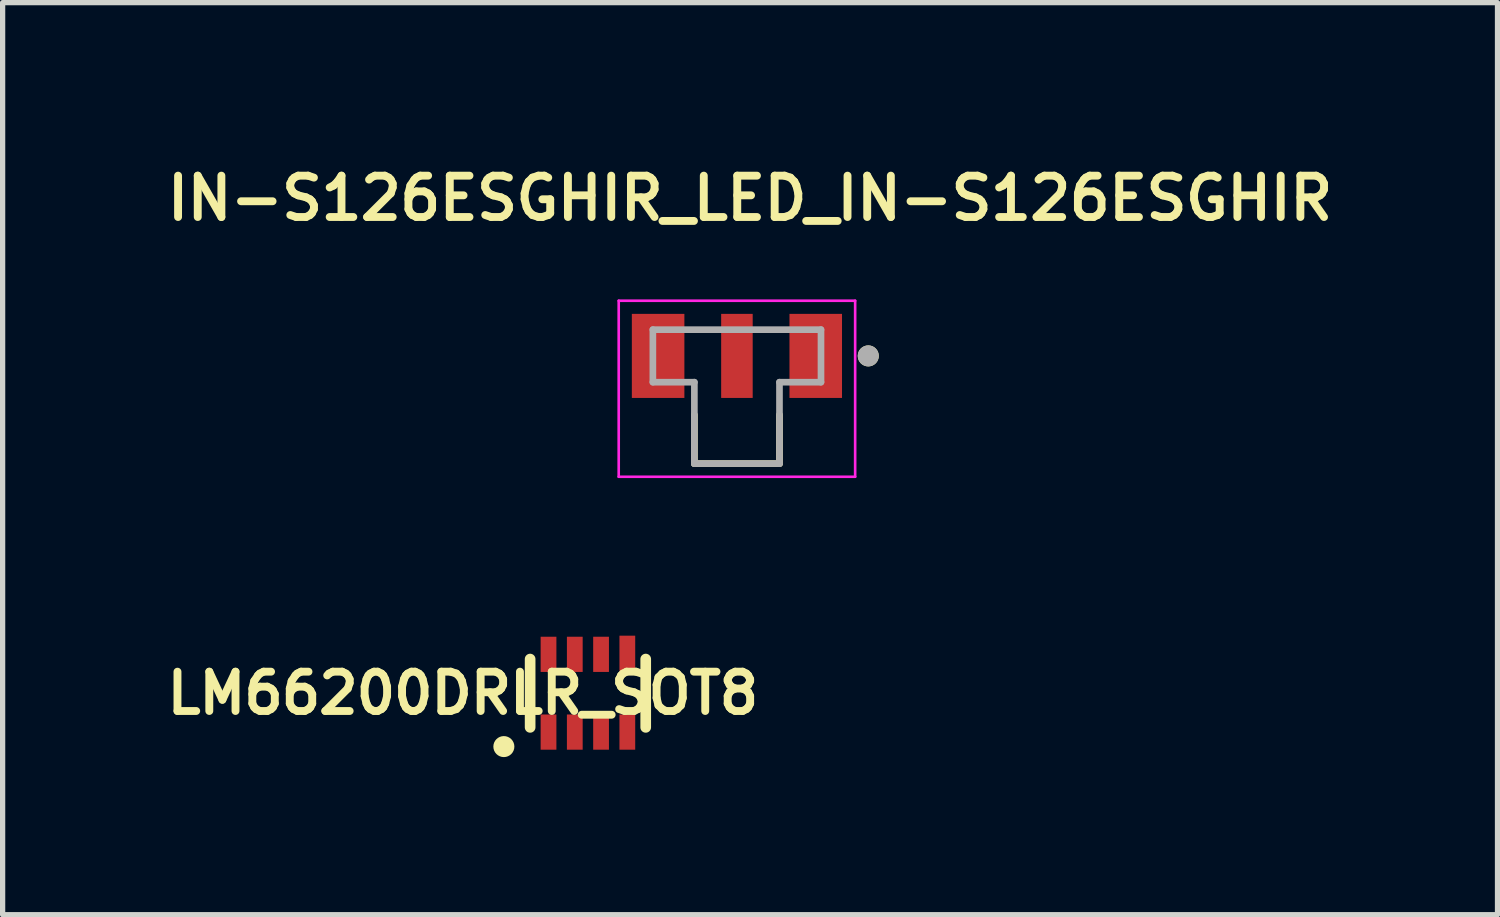
<source format=kicad_pcb>
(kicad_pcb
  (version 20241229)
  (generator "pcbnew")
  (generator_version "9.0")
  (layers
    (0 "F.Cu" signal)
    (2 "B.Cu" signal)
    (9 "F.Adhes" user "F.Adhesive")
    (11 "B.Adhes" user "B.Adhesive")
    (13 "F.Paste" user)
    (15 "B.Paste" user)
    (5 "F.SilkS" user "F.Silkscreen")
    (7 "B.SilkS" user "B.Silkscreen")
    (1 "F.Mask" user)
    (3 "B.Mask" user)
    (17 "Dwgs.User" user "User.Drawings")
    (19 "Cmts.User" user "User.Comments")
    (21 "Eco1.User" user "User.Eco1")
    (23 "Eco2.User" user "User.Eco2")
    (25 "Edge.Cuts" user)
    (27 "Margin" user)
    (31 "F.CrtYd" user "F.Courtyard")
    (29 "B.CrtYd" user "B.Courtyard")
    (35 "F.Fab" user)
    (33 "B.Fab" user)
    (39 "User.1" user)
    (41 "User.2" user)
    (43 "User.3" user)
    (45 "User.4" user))
  (footprint "LM66200DRLR_SOT8"
    (layer "F.Cu")
    (at 8.14 10.144)
    (property "Reference" "LM66200DRLR_SOT8" (at -2.38 0 180) (layer "F.SilkS") (effects (font (size 0.748 0.748) (thickness 0.15))))
    (attr smd)
    (fp_line (start -1.1 0.65) (end -1.1 -0.65) (stroke (width 0.203) (type solid)) (layer "F.SilkS"))
    (fp_line (start 1.1 -0.65) (end 1.1 0.65) (stroke (width 0.203) (type solid)) (layer "F.SilkS"))
    (fp_circle (center -1.6 1.016) (end -1.5 1.016) (stroke (width 0.2) (type solid)) (fill no) (layer "F.SilkS"))
    (pad "1" smd rect (at -0.75 0.74) (size 0.3 0.67) (layers "F.Cu" "F.Mask" "F.Paste"))
    (pad "2" smd rect (at -0.25 0.74) (size 0.3 0.67) (layers "F.Cu" "F.Mask" "F.Paste"))
    (pad "3" smd rect (at 0.25 0.74) (size 0.3 0.67) (layers "F.Cu" "F.Mask" "F.Paste"))
    (pad "4" smd rect (at 0.75 0.74) (size 0.3 0.67) (layers "F.Cu" "F.Mask" "F.Paste"))
    (pad "5" smd rect (at 0.75 -0.76) (size 0.3 0.67) (layers "F.Cu" "F.Mask" "F.Paste"))
    (pad "6" smd rect (at 0.25 -0.74) (size 0.3 0.67) (layers "F.Cu" "F.Mask" "F.Paste"))
    (pad "7" smd rect (at -0.25 -0.74) (size 0.3 0.67) (layers "F.Cu" "F.Mask" "F.Paste"))
    (pad "8" smd rect (at -0.75 -0.74) (size 0.3 0.67) (layers "F.Cu" "F.Mask" "F.Paste")))
  (footprint "IN-S126ESGHIR_LED_IN-S126ESGHIR"
    (layer "F.Cu")
    (at 10.976 3.724)
    (property "Reference" "IN-S126ESGHIR_LED_IN-S126ESGHIR" (at 0.25 -3 0) (layer "F.SilkS") (effects (font (size 0.787 0.787) (thickness 0.15))))
    (attr smd)
    (fp_line (start -0.81 2.05) (end -0.81 1.12) (stroke (width 0.127) (type solid)) (layer "F.SilkS"))
    (fp_line (start 0.81 1.12) (end 0.81 2.05) (stroke (width 0.127) (type solid)) (layer "F.SilkS"))
    (fp_line (start 0.81 2.05) (end -0.81 2.05) (stroke (width 0.127) (type solid)) (layer "F.SilkS"))
    (fp_circle (center 2.5 0) (end 2.6 0) (stroke (width 0.2) (type solid)) (fill no) (layer "F.SilkS"))
    (fp_line (start -2.25 -1.05) (end 2.25 -1.05) (stroke (width 0.05) (type solid)) (layer "F.CrtYd"))
    (fp_line (start -2.25 2.3) (end -2.25 -1.05) (stroke (width 0.05) (type solid)) (layer "F.CrtYd"))
    (fp_line (start 2.25 -1.05) (end 2.25 2.3) (stroke (width 0.05) (type solid)) (layer "F.CrtYd"))
    (fp_line (start 2.25 2.3) (end -2.25 2.3) (stroke (width 0.05) (type solid)) (layer "F.CrtYd"))
    (fp_line (start -1.6 -0.5) (end 1.6 -0.5) (stroke (width 0.127) (type solid)) (layer "F.Fab"))
    (fp_line (start -1.6 0.5) (end -1.6 -0.5) (stroke (width 0.127) (type solid)) (layer "F.Fab"))
    (fp_line (start -0.81 0.5) (end -1.6 0.5) (stroke (width 0.127) (type solid)) (layer "F.Fab"))
    (fp_line (start -0.81 2.05) (end -0.81 0.5) (stroke (width 0.127) (type solid)) (layer "F.Fab"))
    (fp_line (start 0.81 0.5) (end 0.81 2.05) (stroke (width 0.127) (type solid)) (layer "F.Fab"))
    (fp_line (start 0.81 2.05) (end -0.81 2.05) (stroke (width 0.127) (type solid)) (layer "F.Fab"))
    (fp_line (start 1.6 -0.5) (end 1.6 0.5) (stroke (width 0.127) (type solid)) (layer "F.Fab"))
    (fp_line (start 1.6 0.5) (end 0.81 0.5) (stroke (width 0.127) (type solid)) (layer "F.Fab"))
    (fp_circle (center 2.5 0) (end 2.6 0) (stroke (width 0.2) (type solid)) (fill no) (layer "F.Fab"))
    (pad "1" smd rect (at 1.5 0) (size 1 1.6) (layers "F.Cu" "F.Mask" "F.Paste"))
    (pad "2" smd rect (at -1.5 0) (size 1 1.6) (layers "F.Cu" "F.Mask" "F.Paste"))
    (pad "3" smd rect (at 0 0) (size 0.6 1.6) (layers "F.Cu" "F.Mask" "F.Paste")))
  (gr_rect
    (start -3 -3)
    (end 25.452 14.36)
    (stroke (width 0.1) (type default))
    (fill no)
    (layer "Edge.Cuts")))
</source>
